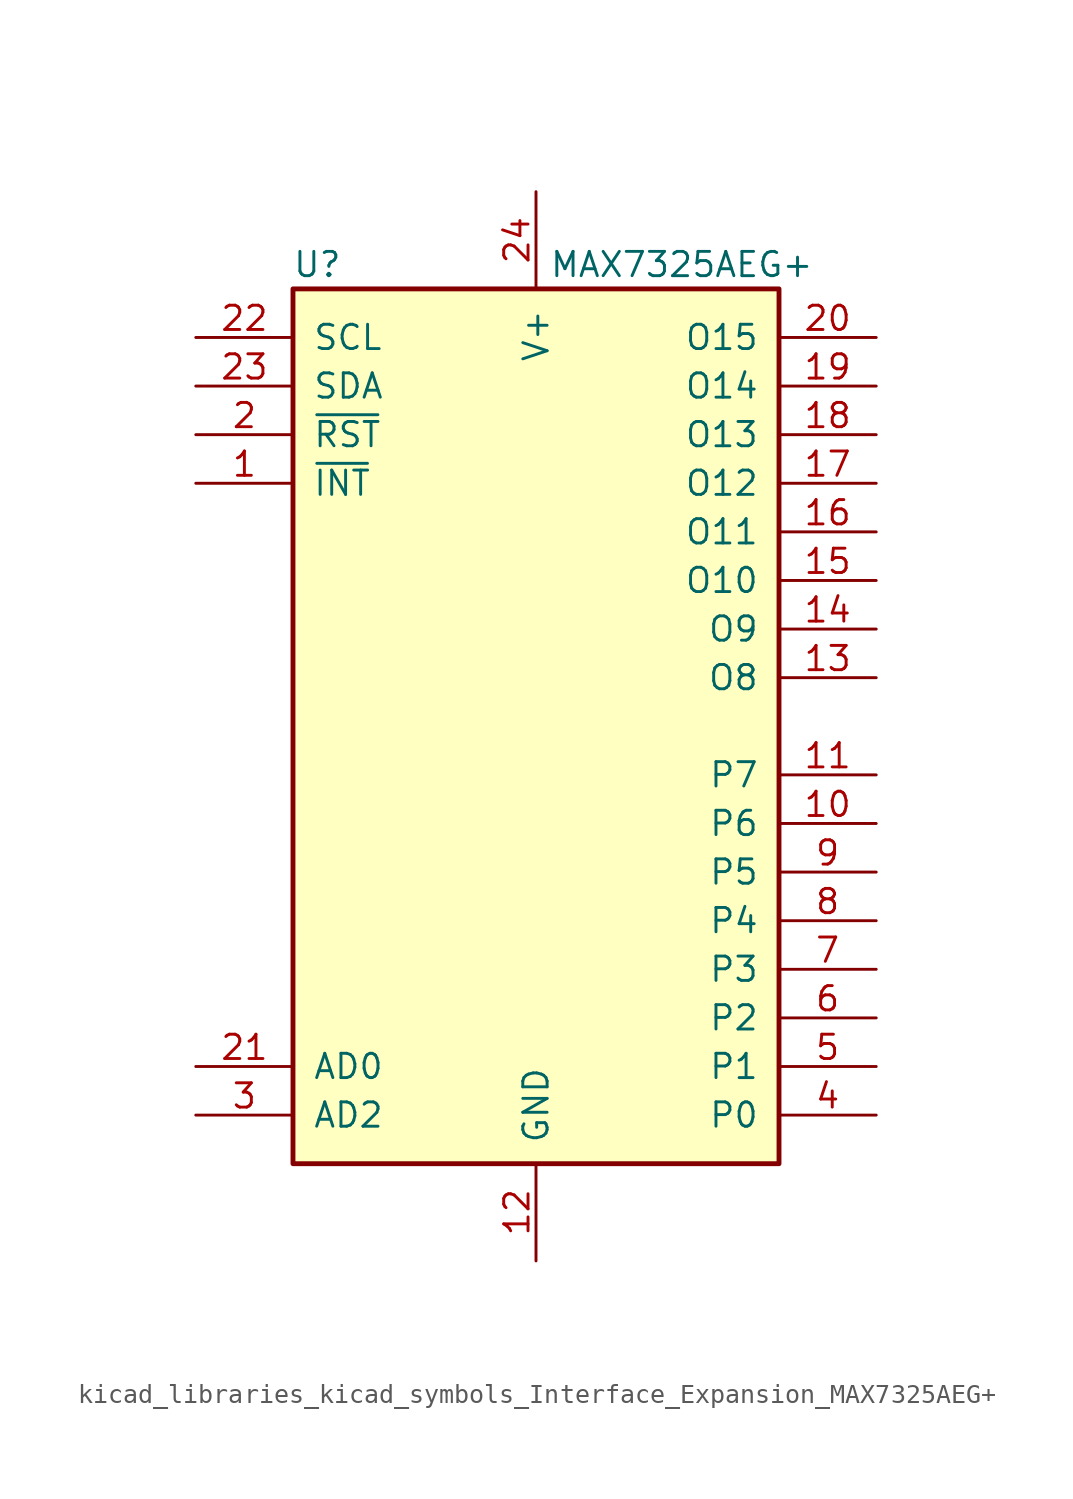
<source format=kicad_sym>
(kicad_symbol_lib
  (version 20220914)
  (generator kicad_symbol_editor)
  (symbol "kicad_libraries_kicad_symbols_Interface_Expansion_MAX7325AEG+"
    (pin_names
      (offset 1.016))
    (property "Reference" "U"
      (at -11.43 24.13 0)
      (effects (font (size 1.27 1.27))))
    (property "Value" "MAX7325AEG+"
      (at 7.62 24.13 0)
      (effects (font (size 1.27 1.27))))
    (symbol "kicad_libraries_kicad_symbols_Interface_Expansion_MAX7325AEG+_0_1"
      (rectangle (start -12.7 22.86) (end 12.7 -22.86) (stroke (width 0.254) (type default)) (fill (type background))))
    (symbol "kicad_libraries_kicad_symbols_Interface_Expansion_MAX7325AEG+_1_1"
      (pin open_collector line (at -17.78 12.7 0) (length 5.08) (name "~{INT}" (effects (font (size 1.27 1.27)))) (number "1" (effects (font (size 1.27 1.27)))))
      (pin bidirectional line (at 17.78 -5.08 180) (length 5.08) (name "P6" (effects (font (size 1.27 1.27)))) (number "10" (effects (font (size 1.27 1.27)))))
      (pin bidirectional line (at 17.78 -2.54 180) (length 5.08) (name "P7" (effects (font (size 1.27 1.27)))) (number "11" (effects (font (size 1.27 1.27)))))
      (pin power_in line (at 0 -27.94 90) (length 5.08) (name "GND" (effects (font (size 1.27 1.27)))) (number "12" (effects (font (size 1.27 1.27)))))
      (pin open_collector line (at 17.78 2.54 180) (length 5.08) (name "O8" (effects (font (size 1.27 1.27)))) (number "13" (effects (font (size 1.27 1.27)))))
      (pin open_collector line (at 17.78 5.08 180) (length 5.08) (name "O9" (effects (font (size 1.27 1.27)))) (number "14" (effects (font (size 1.27 1.27)))))
      (pin open_collector line (at 17.78 7.62 180) (length 5.08) (name "O10" (effects (font (size 1.27 1.27)))) (number "15" (effects (font (size 1.27 1.27)))))
      (pin open_collector line (at 17.78 10.16 180) (length 5.08) (name "O11" (effects (font (size 1.27 1.27)))) (number "16" (effects (font (size 1.27 1.27)))))
      (pin open_collector line (at 17.78 12.7 180) (length 5.08) (name "O12" (effects (font (size 1.27 1.27)))) (number "17" (effects (font (size 1.27 1.27)))))
      (pin open_collector line (at 17.78 15.24 180) (length 5.08) (name "O13" (effects (font (size 1.27 1.27)))) (number "18" (effects (font (size 1.27 1.27)))))
      (pin open_collector line (at 17.78 17.78 180) (length 5.08) (name "O14" (effects (font (size 1.27 1.27)))) (number "19" (effects (font (size 1.27 1.27)))))
      (pin input line (at -17.78 15.24 0) (length 5.08) (name "~{RST}" (effects (font (size 1.27 1.27)))) (number "2" (effects (font (size 1.27 1.27)))))
      (pin open_collector line (at 17.78 20.32 180) (length 5.08) (name "O15" (effects (font (size 1.27 1.27)))) (number "20" (effects (font (size 1.27 1.27)))))
      (pin input line (at -17.78 -17.78 0) (length 5.08) (name "AD0" (effects (font (size 1.27 1.27)))) (number "21" (effects (font (size 1.27 1.27)))))
      (pin input line (at -17.78 20.32 0) (length 5.08) (name "SCL" (effects (font (size 1.27 1.27)))) (number "22" (effects (font (size 1.27 1.27)))))
      (pin bidirectional line (at -17.78 17.78 0) (length 5.08) (name "SDA" (effects (font (size 1.27 1.27)))) (number "23" (effects (font (size 1.27 1.27)))))
      (pin power_in line (at 0 27.94 270) (length 5.08) (name "V+" (effects (font (size 1.27 1.27)))) (number "24" (effects (font (size 1.27 1.27)))))
      (pin input line (at -17.78 -20.32 0) (length 5.08) (name "AD2" (effects (font (size 1.27 1.27)))) (number "3" (effects (font (size 1.27 1.27)))))
      (pin bidirectional line (at 17.78 -20.32 180) (length 5.08) (name "P0" (effects (font (size 1.27 1.27)))) (number "4" (effects (font (size 1.27 1.27)))))
      (pin bidirectional line (at 17.78 -17.78 180) (length 5.08) (name "P1" (effects (font (size 1.27 1.27)))) (number "5" (effects (font (size 1.27 1.27)))))
      (pin bidirectional line (at 17.78 -15.24 180) (length 5.08) (name "P2" (effects (font (size 1.27 1.27)))) (number "6" (effects (font (size 1.27 1.27)))))
      (pin bidirectional line (at 17.78 -12.7 180) (length 5.08) (name "P3" (effects (font (size 1.27 1.27)))) (number "7" (effects (font (size 1.27 1.27)))))
      (pin bidirectional line (at 17.78 -10.16 180) (length 5.08) (name "P4" (effects (font (size 1.27 1.27)))) (number "8" (effects (font (size 1.27 1.27)))))
      (pin bidirectional line (at 17.78 -7.62 180) (length 5.08) (name "P5" (effects (font (size 1.27 1.27)))) (number "9" (effects (font (size 1.27 1.27))))))))
</source>
